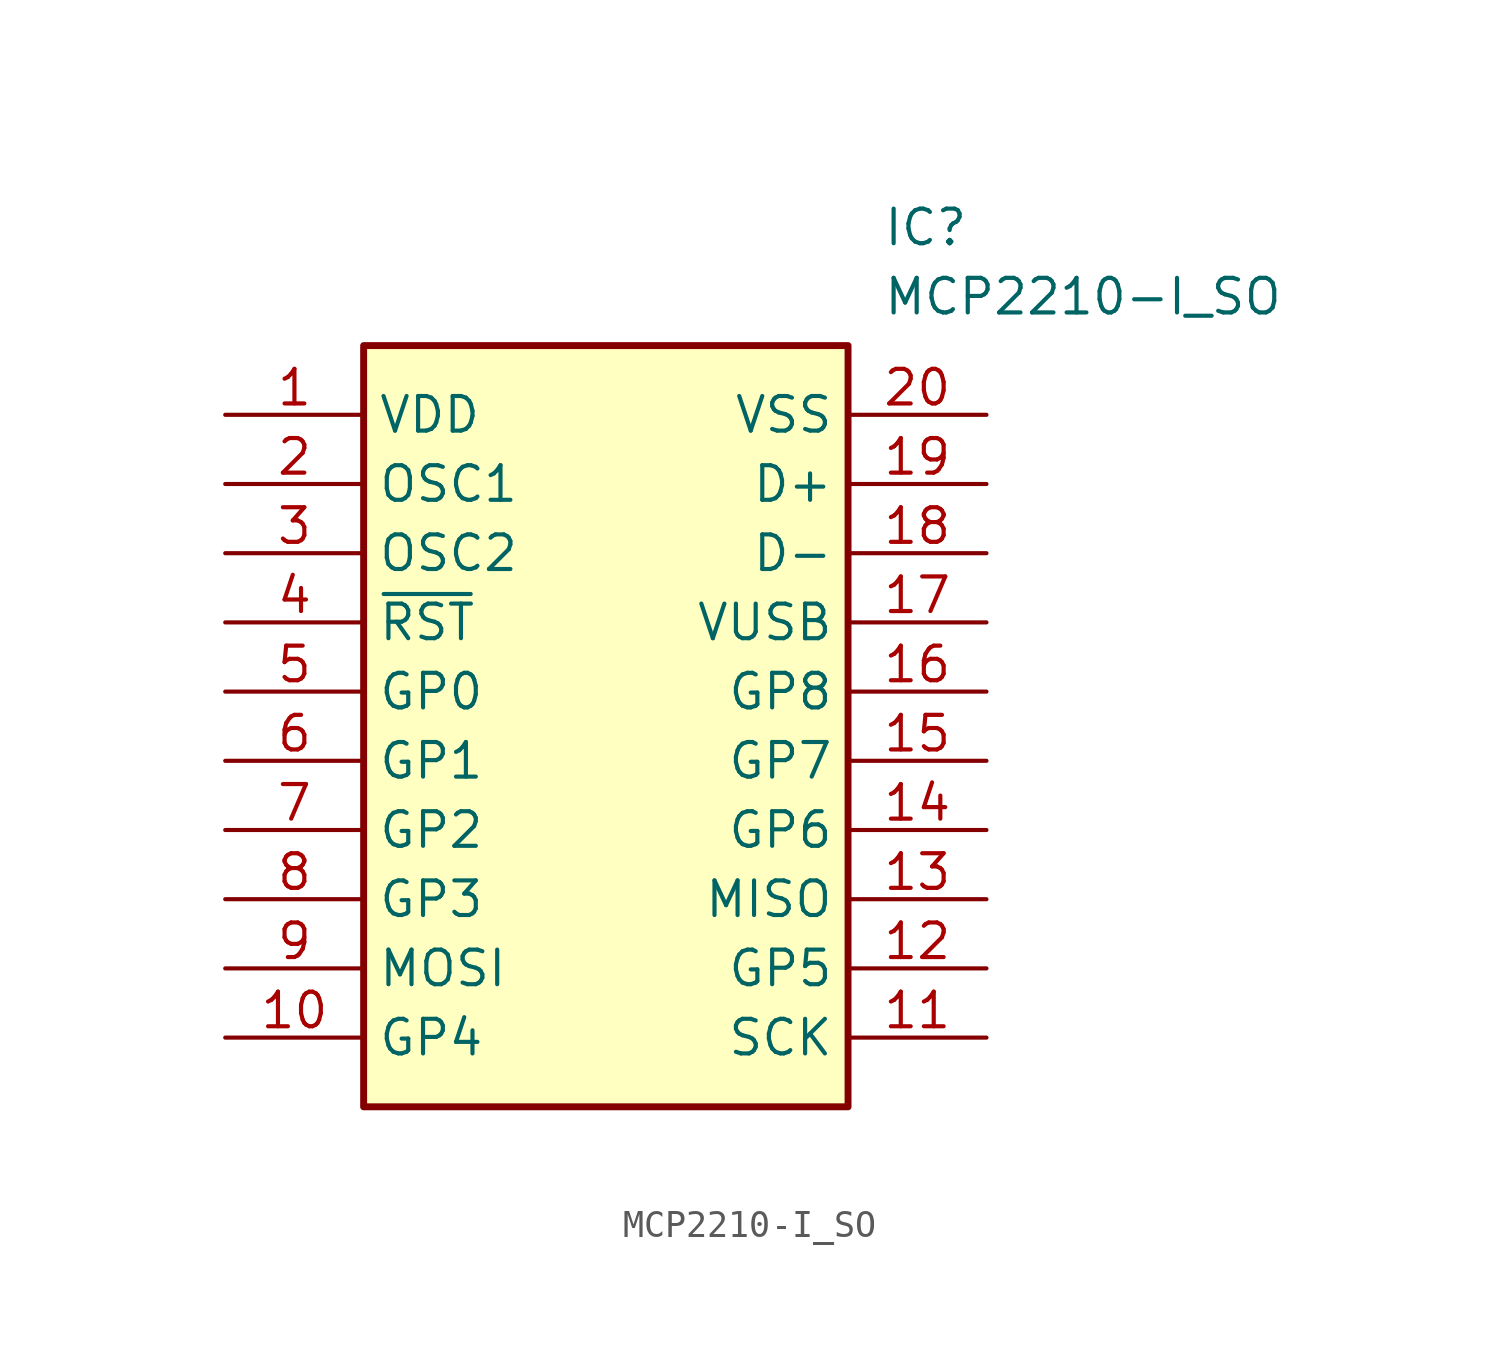
<source format=kicad_sym>
(kicad_symbol_lib
  (version 20211014)
  (generator SamacSys_ECAD_Model)
  (symbol "MCP2210-I_SO"
    (property "Reference" "IC"
      (at 24.13 7.62 0)
      (effects (font (size 1.27 1.27)) (justify left top)))
    (property "Value" "MCP2210-I_SO"
      (at 24.13 5.08 0)
      (effects (font (size 1.27 1.27)) (justify left top)))
    (rectangle
      (start 5.08 2.54)
      (end 22.86 -25.4)
      (stroke (width 0.254) (type default))
      (fill (type background)))
    (pin passive line
      (at 0 0 0)
      (length 5.08)
      (name "VDD" (effects (font (size 1.27 1.27))))
      (number "1" (effects (font (size 1.27 1.27)))))
    (pin passive line
      (at 0 -2.54 0)
      (length 5.08)
      (name "OSC1" (effects (font (size 1.27 1.27))))
      (number "2" (effects (font (size 1.27 1.27)))))
    (pin passive line
      (at 0 -5.08 0)
      (length 5.08)
      (name "OSC2" (effects (font (size 1.27 1.27))))
      (number "3" (effects (font (size 1.27 1.27)))))
    (pin passive line
      (at 0 -7.62 0)
      (length 5.08)
      (name "~{RST}" (effects (font (size 1.27 1.27))))
      (number "4" (effects (font (size 1.27 1.27)))))
    (pin passive line
      (at 0 -10.16 0)
      (length 5.08)
      (name "GP0" (effects (font (size 1.27 1.27))))
      (number "5" (effects (font (size 1.27 1.27)))))
    (pin passive line
      (at 0 -12.7 0)
      (length 5.08)
      (name "GP1" (effects (font (size 1.27 1.27))))
      (number "6" (effects (font (size 1.27 1.27)))))
    (pin passive line
      (at 0 -15.24 0)
      (length 5.08)
      (name "GP2" (effects (font (size 1.27 1.27))))
      (number "7" (effects (font (size 1.27 1.27)))))
    (pin passive line
      (at 0 -17.78 0)
      (length 5.08)
      (name "GP3" (effects (font (size 1.27 1.27))))
      (number "8" (effects (font (size 1.27 1.27)))))
    (pin passive line
      (at 0 -20.32 0)
      (length 5.08)
      (name "MOSI" (effects (font (size 1.27 1.27))))
      (number "9" (effects (font (size 1.27 1.27)))))
    (pin passive line
      (at 0 -22.86 0)
      (length 5.08)
      (name "GP4" (effects (font (size 1.27 1.27))))
      (number "10" (effects (font (size 1.27 1.27)))))
    (pin passive line
      (at 27.94 0 180)
      (length 5.08)
      (name "VSS" (effects (font (size 1.27 1.27))))
      (number "20" (effects (font (size 1.27 1.27)))))
    (pin passive line
      (at 27.94 -2.54 180)
      (length 5.08)
      (name "D+" (effects (font (size 1.27 1.27))))
      (number "19" (effects (font (size 1.27 1.27)))))
    (pin passive line
      (at 27.94 -5.08 180)
      (length 5.08)
      (name "D-" (effects (font (size 1.27 1.27))))
      (number "18" (effects (font (size 1.27 1.27)))))
    (pin passive line
      (at 27.94 -7.62 180)
      (length 5.08)
      (name "VUSB" (effects (font (size 1.27 1.27))))
      (number "17" (effects (font (size 1.27 1.27)))))
    (pin passive line
      (at 27.94 -10.16 180)
      (length 5.08)
      (name "GP8" (effects (font (size 1.27 1.27))))
      (number "16" (effects (font (size 1.27 1.27)))))
    (pin passive line
      (at 27.94 -12.7 180)
      (length 5.08)
      (name "GP7" (effects (font (size 1.27 1.27))))
      (number "15" (effects (font (size 1.27 1.27)))))
    (pin passive line
      (at 27.94 -15.24 180)
      (length 5.08)
      (name "GP6" (effects (font (size 1.27 1.27))))
      (number "14" (effects (font (size 1.27 1.27)))))
    (pin passive line
      (at 27.94 -17.78 180)
      (length 5.08)
      (name "MISO" (effects (font (size 1.27 1.27))))
      (number "13" (effects (font (size 1.27 1.27)))))
    (pin passive line
      (at 27.94 -20.32 180)
      (length 5.08)
      (name "GP5" (effects (font (size 1.27 1.27))))
      (number "12" (effects (font (size 1.27 1.27)))))
    (pin passive line
      (at 27.94 -22.86 180)
      (length 5.08)
      (name "SCK" (effects (font (size 1.27 1.27))))
      (number "11" (effects (font (size 1.27 1.27)))))))
</source>
